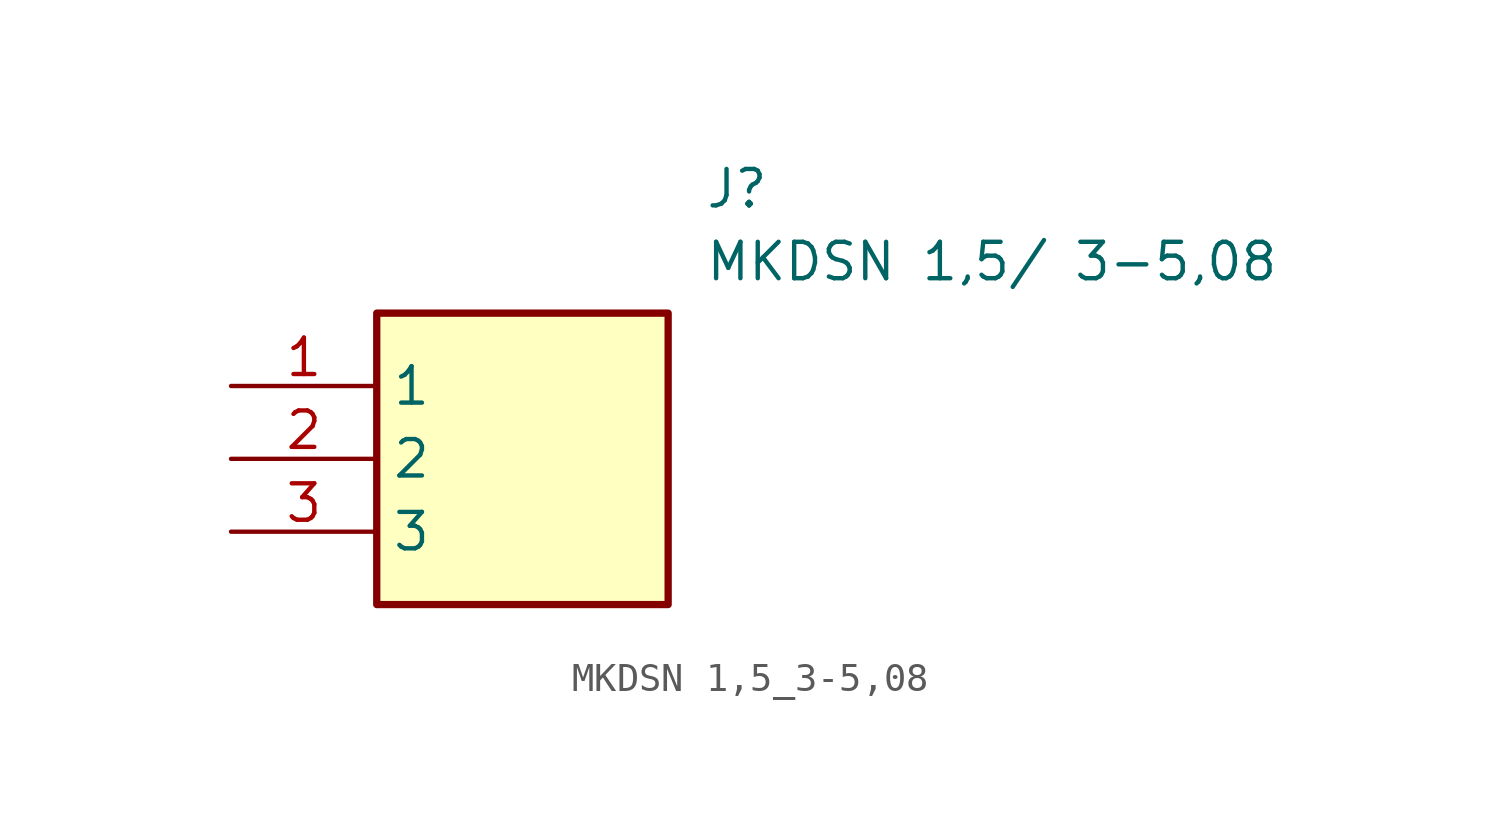
<source format=kicad_sym>
(kicad_symbol_lib
  (version 20241209)
  (generator "kicad_symbol_editor")
  (generator_version "9.0")
  (symbol "MKDSN 1,5_3-5,08"
    (property "Reference" "J"
      (at 16.51 7.62 0)
      (effects (font (size 1.27 1.27)) (justify left top)))
    (property "Value" "MKDSN 1,5/ 3-5,08"
      (at 16.51 5.08 0)
      (effects (font (size 1.27 1.27)) (justify left top)))
    (symbol "MKDSN 1,5_3-5,08_1_1"
      (rectangle (start 5.08 2.54) (end 15.24 -7.62) (stroke (width 0.254) (type default)) (fill (type background)))
      (pin passive line (at 0 0 0) (length 5.08) (name "1" (effects (font (size 1.27 1.27)))) (number "1" (effects (font (size 1.27 1.27)))))
      (pin passive line (at 0 -2.54 0) (length 5.08) (name "2" (effects (font (size 1.27 1.27)))) (number "2" (effects (font (size 1.27 1.27)))))
      (pin passive line (at 0 -5.08 0) (length 5.08) (name "3" (effects (font (size 1.27 1.27)))) (number "3" (effects (font (size 1.27 1.27))))))))
</source>
